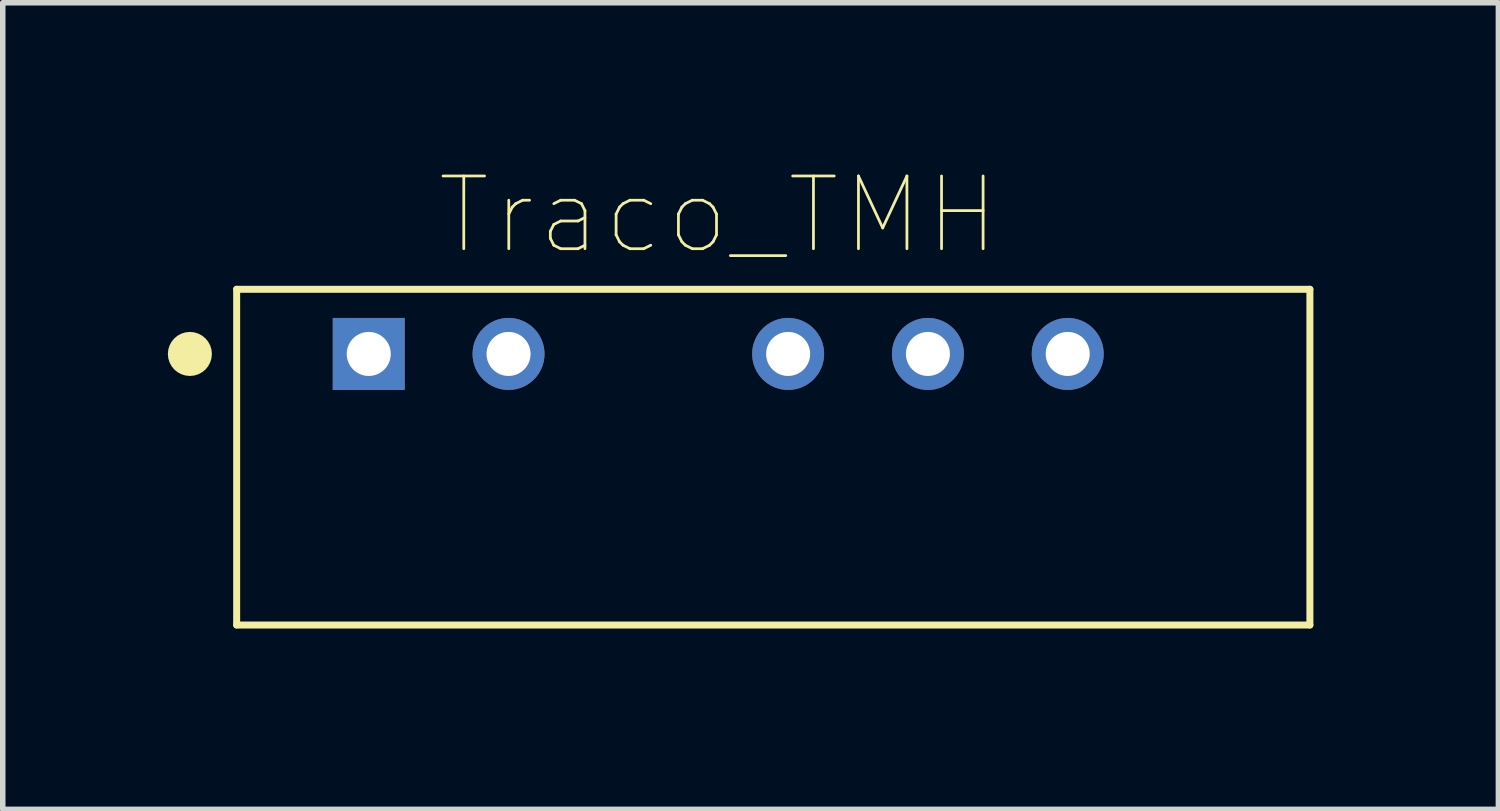
<source format=kicad_pcb>
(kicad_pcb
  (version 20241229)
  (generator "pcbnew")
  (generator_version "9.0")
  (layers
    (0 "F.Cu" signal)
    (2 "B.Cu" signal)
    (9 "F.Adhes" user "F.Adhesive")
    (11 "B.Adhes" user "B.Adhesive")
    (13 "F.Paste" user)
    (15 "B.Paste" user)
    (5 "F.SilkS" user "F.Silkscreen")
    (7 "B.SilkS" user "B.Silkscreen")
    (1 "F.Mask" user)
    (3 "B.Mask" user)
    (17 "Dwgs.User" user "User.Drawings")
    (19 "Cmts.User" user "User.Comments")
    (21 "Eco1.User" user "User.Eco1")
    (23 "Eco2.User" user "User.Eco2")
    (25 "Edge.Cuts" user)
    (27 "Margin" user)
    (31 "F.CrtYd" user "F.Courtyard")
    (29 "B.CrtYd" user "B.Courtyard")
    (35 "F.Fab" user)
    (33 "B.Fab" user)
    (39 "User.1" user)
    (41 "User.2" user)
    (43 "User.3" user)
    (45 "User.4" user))
  (footprint "Traco_TMH"
    (layer "F.Cu")
    (at 3.65 3.381)
    (property "Reference" "Traco_TMH" (at 6.35 -2.521 0) (layer "F.SilkS") (effects (font (size 1.321 1.321) (thickness 0.05))))
    (attr through_hole)
    (fp_line (start -2.4 -1.175) (end 17.1 -1.175) (stroke (width 0.127) (type solid)) (layer "F.SilkS"))
    (fp_line (start -2.4 4.925) (end -2.4 -1.175) (stroke (width 0.127) (type solid)) (layer "F.SilkS"))
    (fp_line (start 17.1 -1.175) (end 17.1 4.925) (stroke (width 0.127) (type solid)) (layer "F.SilkS"))
    (fp_line (start 17.1 4.925) (end -2.4 4.925) (stroke (width 0.127) (type solid)) (layer "F.SilkS"))
    (fp_circle (center -3.25 0) (end -3.05 0) (stroke (width 0.4) (type solid)) (fill no) (layer "F.SilkS"))
    (fp_line (start -2.75 -1.5) (end 17.5 -1.5) (stroke (width 0.05) (type solid)) (layer "Eco1.User"))
    (fp_line (start -2.75 5.25) (end -2.75 -1.5) (stroke (width 0.05) (type solid)) (layer "Eco1.User"))
    (fp_line (start 17.5 -1.5) (end 17.5 5.25) (stroke (width 0.05) (type solid)) (layer "Eco1.User"))
    (fp_line (start 17.5 5.25) (end -2.75 5.25) (stroke (width 0.05) (type solid)) (layer "Eco1.User"))
    (fp_line (start -2.4 -1.175) (end 17.1 -1.175) (stroke (width 0.127) (type solid)) (layer "Eco2.User"))
    (fp_line (start -2.4 4.925) (end -2.4 -1.175) (stroke (width 0.127) (type solid)) (layer "Eco2.User"))
    (fp_line (start 17.1 -1.175) (end 17.1 4.925) (stroke (width 0.127) (type solid)) (layer "Eco2.User"))
    (fp_line (start 17.1 4.925) (end -2.4 4.925) (stroke (width 0.127) (type solid)) (layer "Eco2.User"))
    (fp_circle (center 0 0) (end 0.2 0) (stroke (width 0.4) (type solid)) (fill no) (layer "Eco2.User"))
    (pad "1" thru_hole rect (at 0 0) (size 1.308 1.308) (drill 0.8) (layers "*.Cu" "*.Mask"))
    (pad "2" thru_hole circle (at 2.54 0) (size 1.308 1.308) (drill 0.8) (layers "*.Cu" "*.Mask"))
    (pad "4" thru_hole circle (at 7.62 0) (size 1.308 1.308) (drill 0.8) (layers "*.Cu" "*.Mask"))
    (pad "5" thru_hole circle (at 10.16 0) (size 1.308 1.308) (drill 0.8) (layers "*.Cu" "*.Mask"))
    (pad "6" thru_hole circle (at 12.7 0) (size 1.308 1.308) (drill 0.8) (layers "*.Cu" "*.Mask")))
  (gr_rect
    (start -3 -3)
    (end 24.175 11.656)
    (stroke (width 0.1) (type default))
    (fill no)
    (layer "Edge.Cuts")))
</source>
